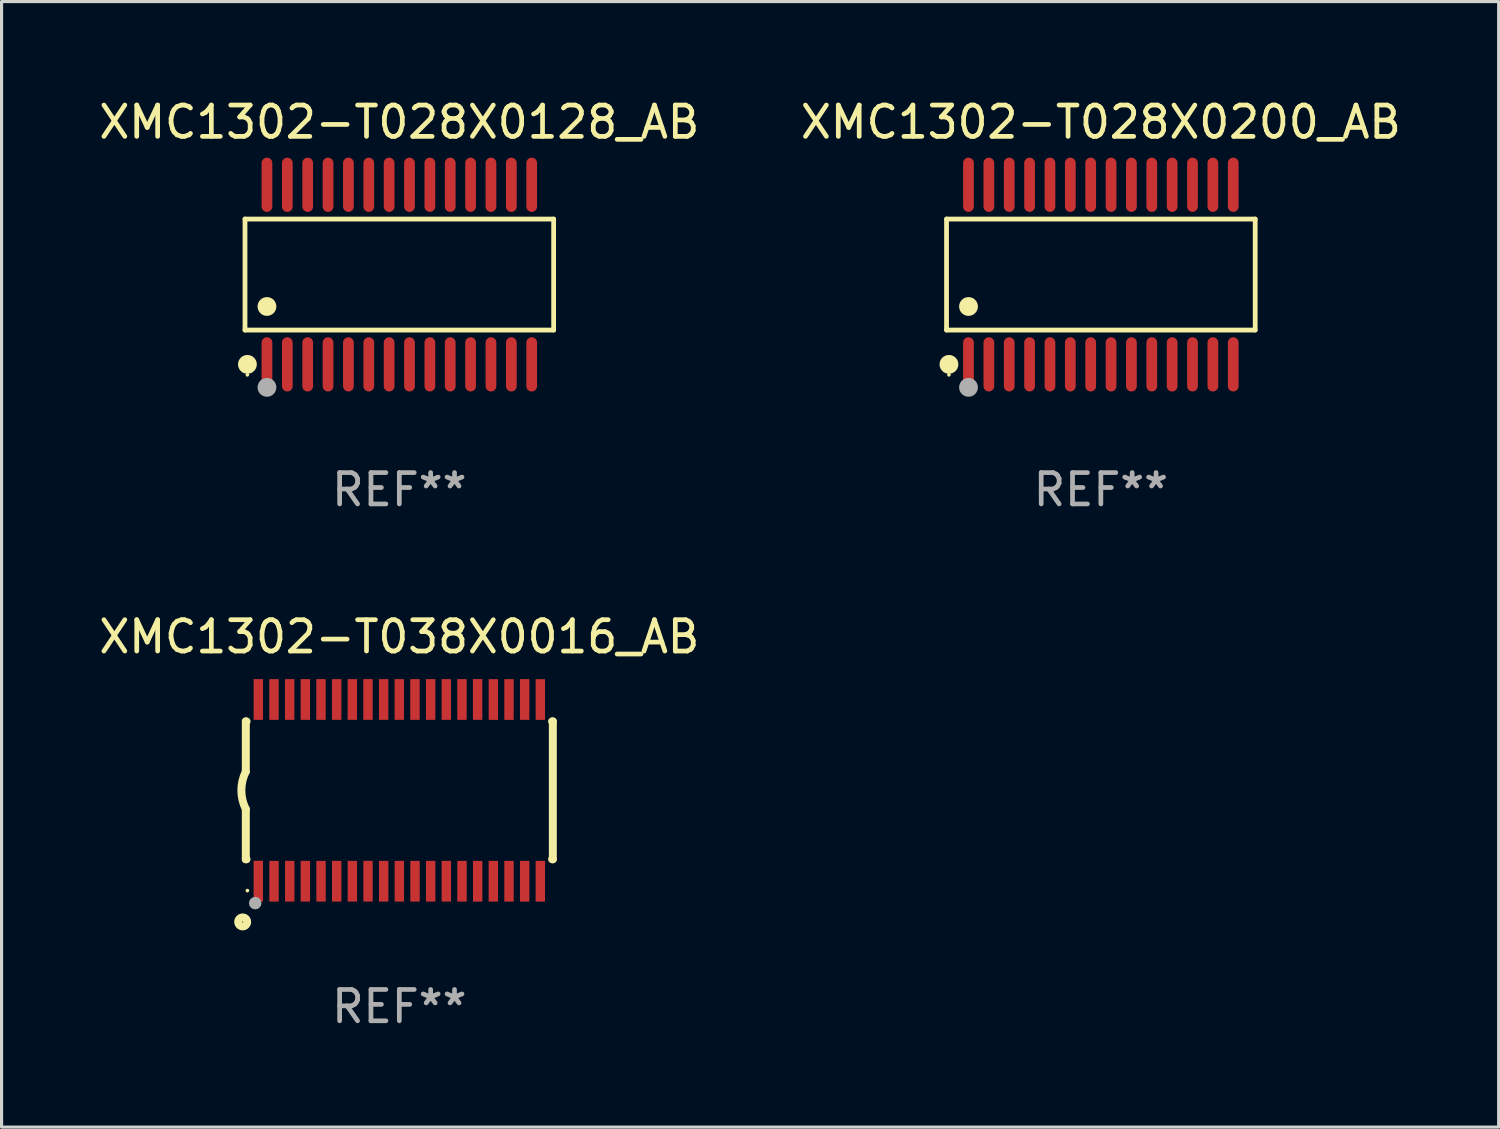
<source format=kicad_pcb>
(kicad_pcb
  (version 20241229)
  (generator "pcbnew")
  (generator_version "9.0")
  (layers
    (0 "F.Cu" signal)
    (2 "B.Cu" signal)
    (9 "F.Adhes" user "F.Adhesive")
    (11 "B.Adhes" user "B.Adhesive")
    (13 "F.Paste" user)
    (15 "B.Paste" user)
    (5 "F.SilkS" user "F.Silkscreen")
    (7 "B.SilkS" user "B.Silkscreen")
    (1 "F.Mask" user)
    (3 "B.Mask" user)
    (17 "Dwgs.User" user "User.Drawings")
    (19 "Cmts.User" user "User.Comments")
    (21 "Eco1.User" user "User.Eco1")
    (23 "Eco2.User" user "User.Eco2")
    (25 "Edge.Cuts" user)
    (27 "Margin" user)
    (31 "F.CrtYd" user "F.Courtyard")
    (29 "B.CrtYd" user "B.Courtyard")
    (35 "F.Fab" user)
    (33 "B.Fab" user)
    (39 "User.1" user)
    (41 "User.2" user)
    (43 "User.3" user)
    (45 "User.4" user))
  (footprint "XMC1302-T038X0016_AB"
    (layer "F.Cu")
    (at 9.696 22.177)
    (property "Reference" "XMC1302-T038X0016_AB" (at 0 -4.901 0) (layer "F.SilkS") (effects (font (size 1 1) (thickness 0.15))))
    (attr through_hole)
    (fp_line (start -4.9 -2.2) (end -4.9 -0.6) (stroke (width 0.254) (type solid)) (layer "F.SilkS"))
    (fp_line (start -4.9 -2.2) (end -4.876 -2.2) (stroke (width 0.254) (type solid)) (layer "F.SilkS"))
    (fp_line (start -4.9 2.2) (end -4.9 0.6) (stroke (width 0.254) (type solid)) (layer "F.SilkS"))
    (fp_line (start -4.9 2.2) (end -4.877 2.2) (stroke (width 0.254) (type solid)) (layer "F.SilkS"))
    (fp_line (start 4.876 -2.2) (end 4.9 -2.2) (stroke (width 0.254) (type solid)) (layer "F.SilkS"))
    (fp_line (start 4.877 2.2) (end 4.9 2.2) (stroke (width 0.254) (type solid)) (layer "F.SilkS"))
    (fp_line (start 4.9 -2.2) (end 4.9 2.2) (stroke (width 0.254) (type solid)) (layer "F.SilkS"))
    (fp_arc (start -4.900051 0.599822) (mid -5.041652 -0.000095) (end -4.9 -0.6) (stroke (width 0.254001) (type solid)) (layer "F.SilkS"))
    (fp_circle (center -5 4.2) (end -4.857 4.2) (stroke (width 0.254) (type solid)) (fill no) (layer "F.SilkS"))
    (fp_circle (center -4.85 3.2) (end -4.82 3.2) (stroke (width 0.06) (type solid)) (fill no) (layer "F.SilkS"))
    (fp_circle (center -4.6 3.6) (end -4.5 3.6) (stroke (width 0.2) (type solid)) (fill no) (layer "F.Fab"))
    (fp_text user "REF**" (at 0 6.901 0) (layer "F.Fab") (effects (font (size 1 1) (thickness 0.15))))
    (pad "1" smd rect (at -4.501 2.899 90) (size 1.3 0.3) (layers "F.Cu" "F.Mask" "F.Paste"))
    (pad "2" smd rect (at -3.999 2.901 90) (size 1.3 0.3) (layers "F.Cu" "F.Mask" "F.Paste"))
    (pad "3" smd rect (at -3.498 2.901 90) (size 1.3 0.3) (layers "F.Cu" "F.Mask" "F.Paste"))
    (pad "4" smd rect (at -2.999 2.901 90) (size 1.3 0.3) (layers "F.Cu" "F.Mask" "F.Paste"))
    (pad "5" smd rect (at -2.499 2.901 90) (size 1.3 0.3) (layers "F.Cu" "F.Mask" "F.Paste"))
    (pad "6" smd rect (at -1.999 2.901 90) (size 1.3 0.3) (layers "F.Cu" "F.Mask" "F.Paste"))
    (pad "7" smd rect (at -1.499 2.901 90) (size 1.3 0.3) (layers "F.Cu" "F.Mask" "F.Paste"))
    (pad "8" smd rect (at -0.999 2.901 90) (size 1.3 0.3) (layers "F.Cu" "F.Mask" "F.Paste"))
    (pad "9" smd rect (at -0.499 2.901 90) (size 1.3 0.3) (layers "F.Cu" "F.Mask" "F.Paste"))
    (pad "10" smd rect (at 0.001 2.901 90) (size 1.3 0.3) (layers "F.Cu" "F.Mask" "F.Paste"))
    (pad "11" smd rect (at 0.501 2.901 90) (size 1.3 0.3) (layers "F.Cu" "F.Mask" "F.Paste"))
    (pad "12" smd rect (at 1.001 2.901 90) (size 1.3 0.3) (layers "F.Cu" "F.Mask" "F.Paste"))
    (pad "13" smd rect (at 1.501 2.901 90) (size 1.3 0.3) (layers "F.Cu" "F.Mask" "F.Paste"))
    (pad "14" smd rect (at 2.001 2.901 90) (size 1.3 0.3) (layers "F.Cu" "F.Mask" "F.Paste"))
    (pad "15" smd rect (at 2.501 2.901 90) (size 1.3 0.3) (layers "F.Cu" "F.Mask" "F.Paste"))
    (pad "16" smd rect (at 3.001 2.901 90) (size 1.3 0.3) (layers "F.Cu" "F.Mask" "F.Paste"))
    (pad "17" smd rect (at 3.501 2.901 90) (size 1.3 0.3) (layers "F.Cu" "F.Mask" "F.Paste"))
    (pad "18" smd rect (at 4.001 2.901 90) (size 1.3 0.3) (layers "F.Cu" "F.Mask" "F.Paste"))
    (pad "19" smd rect (at 4.501 2.901 90) (size 1.3 0.3) (layers "F.Cu" "F.Mask" "F.Paste"))
    (pad "20" smd rect (at 4.501 -2.899 90) (size 1.3 0.3) (layers "F.Cu" "F.Mask" "F.Paste"))
    (pad "21" smd rect (at 4.001 -2.9 90) (size 1.3 0.3) (layers "F.Cu" "F.Mask" "F.Paste"))
    (pad "22" smd rect (at 3.501 -2.899 90) (size 1.3 0.3) (layers "F.Cu" "F.Mask" "F.Paste"))
    (pad "23" smd rect (at 3.002 -2.899 90) (size 1.3 0.3) (layers "F.Cu" "F.Mask" "F.Paste"))
    (pad "24" smd rect (at 2.499 -2.901 90) (size 1.3 0.3) (layers "F.Cu" "F.Mask" "F.Paste"))
    (pad "25" smd rect (at 2 -2.9 90) (size 1.3 0.3) (layers "F.Cu" "F.Mask" "F.Paste"))
    (pad "26" smd rect (at 1.5 -2.9 90) (size 1.3 0.3) (layers "F.Cu" "F.Mask" "F.Paste"))
    (pad "27" smd rect (at 1 -2.9 90) (size 1.3 0.3) (layers "F.Cu" "F.Mask" "F.Paste"))
    (pad "28" smd rect (at 0.5 -2.9 90) (size 1.3 0.3) (layers "F.Cu" "F.Mask" "F.Paste"))
    (pad "29" smd rect (at 0.000127 -2.9 90) (size 1.3 0.3) (layers "F.Cu" "F.Mask" "F.Paste"))
    (pad "30" smd rect (at -0.5 -2.9 90) (size 1.3 0.3) (layers "F.Cu" "F.Mask" "F.Paste"))
    (pad "31" smd rect (at -1 -2.9 90) (size 1.3 0.3) (layers "F.Cu" "F.Mask" "F.Paste"))
    (pad "32" smd rect (at -1.5 -2.9 90) (size 1.3 0.3) (layers "F.Cu" "F.Mask" "F.Paste"))
    (pad "33" smd rect (at -2 -2.9 90) (size 1.3 0.3) (layers "F.Cu" "F.Mask" "F.Paste"))
    (pad "34" smd rect (at -2.5 -2.9 90) (size 1.3 0.3) (layers "F.Cu" "F.Mask" "F.Paste"))
    (pad "35" smd rect (at -3 -2.9 90) (size 1.3 0.3) (layers "F.Cu" "F.Mask" "F.Paste"))
    (pad "36" smd rect (at -3.5 -2.9 90) (size 1.3 0.3) (layers "F.Cu" "F.Mask" "F.Paste"))
    (pad "37" smd rect (at -4 -2.9 90) (size 1.3 0.3) (layers "F.Cu" "F.Mask" "F.Paste"))
    (pad "38" smd rect (at -4.5 -2.9 90) (size 1.3 0.3) (layers "F.Cu" "F.Mask" "F.Paste")))
  (footprint "XMC1302-T028X0200_AB"
    (layer "F.Cu")
    (at 32.089 5.714)
    (property "Reference" "XMC1302-T028X0200_AB" (at 0 -4.866 0) (layer "F.SilkS") (effects (font (size 1 1) (thickness 0.15))))
    (attr through_hole)
    (fp_line (start -4.926 -1.772) (end 4.926 -1.772) (stroke (width 0.152) (type solid)) (layer "F.SilkS"))
    (fp_line (start -4.926 1.771) (end -4.926 -1.772) (stroke (width 0.152) (type solid)) (layer "F.SilkS"))
    (fp_line (start 4.926 -1.772) (end 4.926 1.771) (stroke (width 0.152) (type solid)) (layer "F.SilkS"))
    (fp_line (start 4.926 1.771) (end -4.926 1.771) (stroke (width 0.152) (type solid)) (layer "F.SilkS"))
    (fp_circle (center -4.85 3.2) (end -4.82 3.2) (stroke (width 0.06) (type solid)) (fill no) (layer "F.SilkS"))
    (fp_circle (center -4.849 2.866) (end -4.699 2.866) (stroke (width 0.3) (type solid)) (fill no) (layer "F.SilkS"))
    (fp_circle (center -4.225 1.019) (end -4.075 1.019) (stroke (width 0.3) (type solid)) (fill no) (layer "F.SilkS"))
    (fp_circle (center -4.225 3.6) (end -4.075 3.6) (stroke (width 0.3) (type solid)) (fill no) (layer "F.Fab"))
    (fp_text user "REF**" (at 0 6.866 0) (layer "F.Fab") (effects (font (size 1 1) (thickness 0.15))))
    (pad "1" smd oval (at -4.225 2.866) (size 0.343 1.731) (layers "F.Cu" "F.Mask" "F.Paste"))
    (pad "2" smd oval (at -3.575 2.866) (size 0.343 1.731) (layers "F.Cu" "F.Mask" "F.Paste"))
    (pad "3" smd oval (at -2.925 2.866) (size 0.343 1.731) (layers "F.Cu" "F.Mask" "F.Paste"))
    (pad "4" smd oval (at -2.275 2.866) (size 0.343 1.731) (layers "F.Cu" "F.Mask" "F.Paste"))
    (pad "5" smd oval (at -1.625 2.866) (size 0.343 1.731) (layers "F.Cu" "F.Mask" "F.Paste"))
    (pad "6" smd oval (at -0.975 2.866) (size 0.343 1.731) (layers "F.Cu" "F.Mask" "F.Paste"))
    (pad "7" smd oval (at -0.325 2.866) (size 0.343 1.731) (layers "F.Cu" "F.Mask" "F.Paste"))
    (pad "8" smd oval (at 0.325 2.866) (size 0.343 1.731) (layers "F.Cu" "F.Mask" "F.Paste"))
    (pad "9" smd oval (at 0.975 2.866) (size 0.343 1.731) (layers "F.Cu" "F.Mask" "F.Paste"))
    (pad "10" smd oval (at 1.625 2.866) (size 0.343 1.731) (layers "F.Cu" "F.Mask" "F.Paste"))
    (pad "11" smd oval (at 2.275 2.866) (size 0.343 1.731) (layers "F.Cu" "F.Mask" "F.Paste"))
    (pad "12" smd oval (at 2.925 2.866) (size 0.343 1.731) (layers "F.Cu" "F.Mask" "F.Paste"))
    (pad "13" smd oval (at 3.575 2.866) (size 0.343 1.731) (layers "F.Cu" "F.Mask" "F.Paste"))
    (pad "14" smd oval (at 4.225 2.866) (size 0.343 1.731) (layers "F.Cu" "F.Mask" "F.Paste"))
    (pad "15" smd oval (at 4.225 -2.866) (size 0.343 1.731) (layers "F.Cu" "F.Mask" "F.Paste"))
    (pad "16" smd oval (at 3.575 -2.866) (size 0.343 1.731) (layers "F.Cu" "F.Mask" "F.Paste"))
    (pad "17" smd oval (at 2.925 -2.866) (size 0.343 1.731) (layers "F.Cu" "F.Mask" "F.Paste"))
    (pad "18" smd oval (at 2.275 -2.866) (size 0.343 1.731) (layers "F.Cu" "F.Mask" "F.Paste"))
    (pad "19" smd oval (at 1.625 -2.866) (size 0.343 1.731) (layers "F.Cu" "F.Mask" "F.Paste"))
    (pad "20" smd oval (at 0.975 -2.866) (size 0.343 1.731) (layers "F.Cu" "F.Mask" "F.Paste"))
    (pad "21" smd oval (at 0.325 -2.866) (size 0.343 1.731) (layers "F.Cu" "F.Mask" "F.Paste"))
    (pad "22" smd oval (at -0.325 -2.866) (size 0.343 1.731) (layers "F.Cu" "F.Mask" "F.Paste"))
    (pad "23" smd oval (at -0.975 -2.866) (size 0.343 1.731) (layers "F.Cu" "F.Mask" "F.Paste"))
    (pad "24" smd oval (at -1.625 -2.866) (size 0.343 1.731) (layers "F.Cu" "F.Mask" "F.Paste"))
    (pad "25" smd oval (at -2.275 -2.866) (size 0.343 1.731) (layers "F.Cu" "F.Mask" "F.Paste"))
    (pad "26" smd oval (at -2.925 -2.866) (size 0.343 1.731) (layers "F.Cu" "F.Mask" "F.Paste"))
    (pad "27" smd oval (at -3.575 -2.866) (size 0.343 1.731) (layers "F.Cu" "F.Mask" "F.Paste"))
    (pad "28" smd oval (at -4.225 -2.866) (size 0.343 1.731) (layers "F.Cu" "F.Mask" "F.Paste")))
  (footprint "XMC1302-T028X0128_AB"
    (layer "F.Cu")
    (at 9.696 5.714)
    (property "Reference" "XMC1302-T028X0128_AB" (at 0 -4.866 0) (layer "F.SilkS") (effects (font (size 1 1) (thickness 0.15))))
    (attr through_hole)
    (fp_line (start -4.926 -1.772) (end 4.926 -1.772) (stroke (width 0.152) (type solid)) (layer "F.SilkS"))
    (fp_line (start -4.926 1.771) (end -4.926 -1.772) (stroke (width 0.152) (type solid)) (layer "F.SilkS"))
    (fp_line (start 4.926 -1.772) (end 4.926 1.771) (stroke (width 0.152) (type solid)) (layer "F.SilkS"))
    (fp_line (start 4.926 1.771) (end -4.926 1.771) (stroke (width 0.152) (type solid)) (layer "F.SilkS"))
    (fp_circle (center -4.85 3.2) (end -4.82 3.2) (stroke (width 0.06) (type solid)) (fill no) (layer "F.SilkS"))
    (fp_circle (center -4.849 2.866) (end -4.699 2.866) (stroke (width 0.3) (type solid)) (fill no) (layer "F.SilkS"))
    (fp_circle (center -4.225 1.019) (end -4.075 1.019) (stroke (width 0.3) (type solid)) (fill no) (layer "F.SilkS"))
    (fp_circle (center -4.225 3.6) (end -4.075 3.6) (stroke (width 0.3) (type solid)) (fill no) (layer "F.Fab"))
    (fp_text user "REF**" (at 0 6.866 0) (layer "F.Fab") (effects (font (size 1 1) (thickness 0.15))))
    (pad "1" smd oval (at -4.225 2.866) (size 0.343 1.731) (layers "F.Cu" "F.Mask" "F.Paste"))
    (pad "2" smd oval (at -3.575 2.866) (size 0.343 1.731) (layers "F.Cu" "F.Mask" "F.Paste"))
    (pad "3" smd oval (at -2.925 2.866) (size 0.343 1.731) (layers "F.Cu" "F.Mask" "F.Paste"))
    (pad "4" smd oval (at -2.275 2.866) (size 0.343 1.731) (layers "F.Cu" "F.Mask" "F.Paste"))
    (pad "5" smd oval (at -1.625 2.866) (size 0.343 1.731) (layers "F.Cu" "F.Mask" "F.Paste"))
    (pad "6" smd oval (at -0.975 2.866) (size 0.343 1.731) (layers "F.Cu" "F.Mask" "F.Paste"))
    (pad "7" smd oval (at -0.325 2.866) (size 0.343 1.731) (layers "F.Cu" "F.Mask" "F.Paste"))
    (pad "8" smd oval (at 0.325 2.866) (size 0.343 1.731) (layers "F.Cu" "F.Mask" "F.Paste"))
    (pad "9" smd oval (at 0.975 2.866) (size 0.343 1.731) (layers "F.Cu" "F.Mask" "F.Paste"))
    (pad "10" smd oval (at 1.625 2.866) (size 0.343 1.731) (layers "F.Cu" "F.Mask" "F.Paste"))
    (pad "11" smd oval (at 2.275 2.866) (size 0.343 1.731) (layers "F.Cu" "F.Mask" "F.Paste"))
    (pad "12" smd oval (at 2.925 2.866) (size 0.343 1.731) (layers "F.Cu" "F.Mask" "F.Paste"))
    (pad "13" smd oval (at 3.575 2.866) (size 0.343 1.731) (layers "F.Cu" "F.Mask" "F.Paste"))
    (pad "14" smd oval (at 4.225 2.866) (size 0.343 1.731) (layers "F.Cu" "F.Mask" "F.Paste"))
    (pad "15" smd oval (at 4.225 -2.866) (size 0.343 1.731) (layers "F.Cu" "F.Mask" "F.Paste"))
    (pad "16" smd oval (at 3.575 -2.866) (size 0.343 1.731) (layers "F.Cu" "F.Mask" "F.Paste"))
    (pad "17" smd oval (at 2.925 -2.866) (size 0.343 1.731) (layers "F.Cu" "F.Mask" "F.Paste"))
    (pad "18" smd oval (at 2.275 -2.866) (size 0.343 1.731) (layers "F.Cu" "F.Mask" "F.Paste"))
    (pad "19" smd oval (at 1.625 -2.866) (size 0.343 1.731) (layers "F.Cu" "F.Mask" "F.Paste"))
    (pad "20" smd oval (at 0.975 -2.866) (size 0.343 1.731) (layers "F.Cu" "F.Mask" "F.Paste"))
    (pad "21" smd oval (at 0.325 -2.866) (size 0.343 1.731) (layers "F.Cu" "F.Mask" "F.Paste"))
    (pad "22" smd oval (at -0.325 -2.866) (size 0.343 1.731) (layers "F.Cu" "F.Mask" "F.Paste"))
    (pad "23" smd oval (at -0.975 -2.866) (size 0.343 1.731) (layers "F.Cu" "F.Mask" "F.Paste"))
    (pad "24" smd oval (at -1.625 -2.866) (size 0.343 1.731) (layers "F.Cu" "F.Mask" "F.Paste"))
    (pad "25" smd oval (at -2.275 -2.866) (size 0.343 1.731) (layers "F.Cu" "F.Mask" "F.Paste"))
    (pad "26" smd oval (at -2.925 -2.866) (size 0.343 1.731) (layers "F.Cu" "F.Mask" "F.Paste"))
    (pad "27" smd oval (at -3.575 -2.866) (size 0.343 1.731) (layers "F.Cu" "F.Mask" "F.Paste"))
    (pad "28" smd oval (at -4.225 -2.866) (size 0.343 1.731) (layers "F.Cu" "F.Mask" "F.Paste")))
  (gr_rect
    (start -3 -3)
    (end 44.786 32.927)
    (stroke (width 0.1) (type default))
    (fill no)
    (layer "Edge.Cuts")))
</source>
